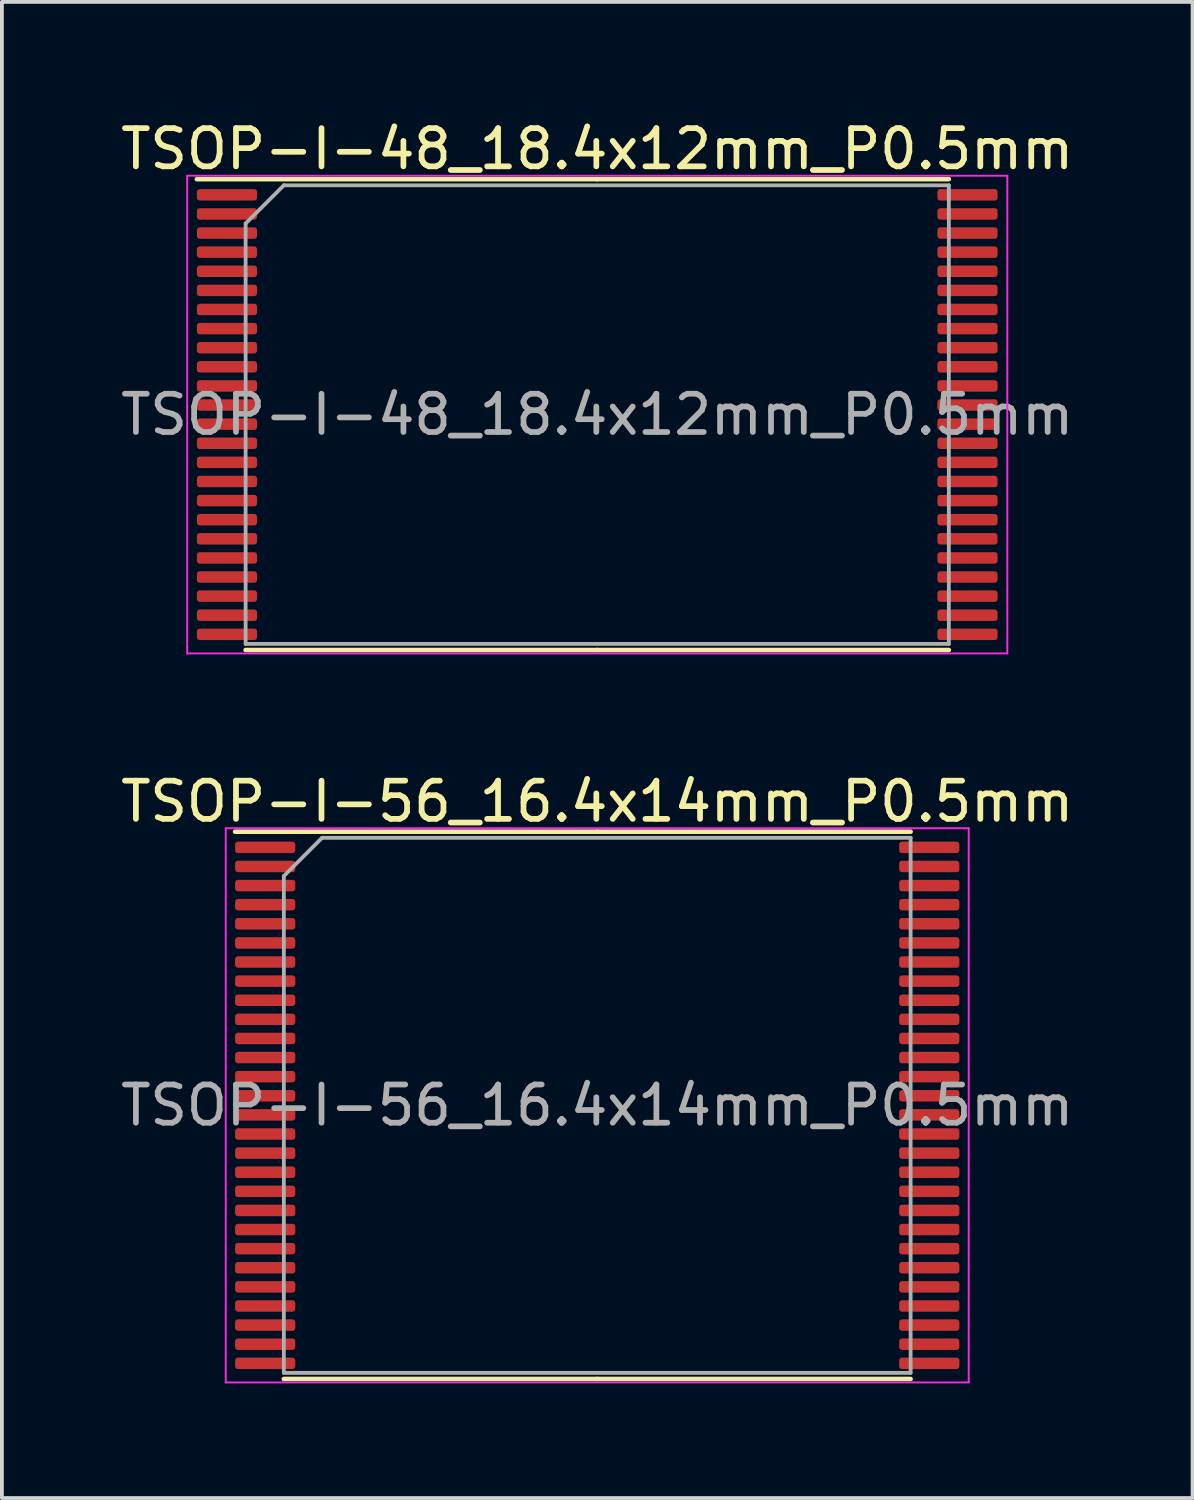
<source format=kicad_pcb>
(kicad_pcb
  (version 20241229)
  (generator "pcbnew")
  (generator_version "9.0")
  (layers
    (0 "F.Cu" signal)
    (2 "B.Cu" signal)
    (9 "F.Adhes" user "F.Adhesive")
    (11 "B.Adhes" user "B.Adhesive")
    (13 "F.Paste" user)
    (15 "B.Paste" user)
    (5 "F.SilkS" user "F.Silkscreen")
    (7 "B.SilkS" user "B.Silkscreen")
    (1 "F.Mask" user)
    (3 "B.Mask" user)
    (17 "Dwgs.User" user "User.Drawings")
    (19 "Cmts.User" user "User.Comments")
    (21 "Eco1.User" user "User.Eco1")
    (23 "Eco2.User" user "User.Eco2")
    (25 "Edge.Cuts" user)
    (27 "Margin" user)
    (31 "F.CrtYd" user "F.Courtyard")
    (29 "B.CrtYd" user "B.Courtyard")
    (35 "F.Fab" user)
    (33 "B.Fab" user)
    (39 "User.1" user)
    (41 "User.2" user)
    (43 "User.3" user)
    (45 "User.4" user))
  (footprint "TSOP-I-56_16.4x14mm_P0.5mm"
    (layer "F.Cu")
    (at 12.577 25.872)
    (property "Reference" "TSOP-I-56_16.4x14mm_P0.5mm" (at 0 -7.95 0) (layer "F.SilkS") (effects (font (size 1 1) (thickness 0.15))))
    (attr smd)
    (fp_line (start 0 -7.16) (end -9.475 -7.16) (stroke (width 0.12) (type solid)) (layer "F.SilkS"))
    (fp_line (start 0 -7.16) (end 8.2 -7.16) (stroke (width 0.12) (type solid)) (layer "F.SilkS"))
    (fp_line (start 0 7.16) (end -8.2 7.16) (stroke (width 0.12) (type solid)) (layer "F.SilkS"))
    (fp_line (start 0 7.16) (end 8.2 7.16) (stroke (width 0.12) (type solid)) (layer "F.SilkS"))
    (fp_line (start -9.72 -7.25) (end -9.72 7.25) (stroke (width 0.05) (type solid)) (layer "F.CrtYd"))
    (fp_line (start -9.72 7.25) (end 9.72 7.25) (stroke (width 0.05) (type solid)) (layer "F.CrtYd"))
    (fp_line (start 9.72 -7.25) (end -9.72 -7.25) (stroke (width 0.05) (type solid)) (layer "F.CrtYd"))
    (fp_line (start 9.72 7.25) (end 9.72 -7.25) (stroke (width 0.05) (type solid)) (layer "F.CrtYd"))
    (fp_line (start -8.2 -6) (end -7.2 -7) (stroke (width 0.1) (type solid)) (layer "F.Fab"))
    (fp_line (start -8.2 7) (end -8.2 -6) (stroke (width 0.1) (type solid)) (layer "F.Fab"))
    (fp_line (start -7.2 -7) (end 8.2 -7) (stroke (width 0.1) (type solid)) (layer "F.Fab"))
    (fp_line (start 8.2 -7) (end 8.2 7) (stroke (width 0.1) (type solid)) (layer "F.Fab"))
    (fp_line (start 8.2 7) (end -8.2 7) (stroke (width 0.1) (type solid)) (layer "F.Fab"))
    (fp_text user "${REFERENCE}" (at 0 0 0) (layer "F.Fab") (effects (font (size 1 1) (thickness 0.15))))
    (pad "1" smd roundrect (at -8.688 -6.75) (size 1.575 0.3) (layers "F.Cu" "F.Mask" "F.Paste") (roundrect_rratio 0.25))
    (pad "2" smd roundrect (at -8.688 -6.25) (size 1.575 0.3) (layers "F.Cu" "F.Mask" "F.Paste") (roundrect_rratio 0.25))
    (pad "3" smd roundrect (at -8.688 -5.75) (size 1.575 0.3) (layers "F.Cu" "F.Mask" "F.Paste") (roundrect_rratio 0.25))
    (pad "4" smd roundrect (at -8.688 -5.25) (size 1.575 0.3) (layers "F.Cu" "F.Mask" "F.Paste") (roundrect_rratio 0.25))
    (pad "5" smd roundrect (at -8.688 -4.75) (size 1.575 0.3) (layers "F.Cu" "F.Mask" "F.Paste") (roundrect_rratio 0.25))
    (pad "6" smd roundrect (at -8.688 -4.25) (size 1.575 0.3) (layers "F.Cu" "F.Mask" "F.Paste") (roundrect_rratio 0.25))
    (pad "7" smd roundrect (at -8.688 -3.75) (size 1.575 0.3) (layers "F.Cu" "F.Mask" "F.Paste") (roundrect_rratio 0.25))
    (pad "8" smd roundrect (at -8.688 -3.25) (size 1.575 0.3) (layers "F.Cu" "F.Mask" "F.Paste") (roundrect_rratio 0.25))
    (pad "9" smd roundrect (at -8.688 -2.75) (size 1.575 0.3) (layers "F.Cu" "F.Mask" "F.Paste") (roundrect_rratio 0.25))
    (pad "10" smd roundrect (at -8.688 -2.25) (size 1.575 0.3) (layers "F.Cu" "F.Mask" "F.Paste") (roundrect_rratio 0.25))
    (pad "11" smd roundrect (at -8.688 -1.75) (size 1.575 0.3) (layers "F.Cu" "F.Mask" "F.Paste") (roundrect_rratio 0.25))
    (pad "12" smd roundrect (at -8.688 -1.25) (size 1.575 0.3) (layers "F.Cu" "F.Mask" "F.Paste") (roundrect_rratio 0.25))
    (pad "13" smd roundrect (at -8.688 -0.75) (size 1.575 0.3) (layers "F.Cu" "F.Mask" "F.Paste") (roundrect_rratio 0.25))
    (pad "14" smd roundrect (at -8.688 -0.25) (size 1.575 0.3) (layers "F.Cu" "F.Mask" "F.Paste") (roundrect_rratio 0.25))
    (pad "15" smd roundrect (at -8.688 0.25) (size 1.575 0.3) (layers "F.Cu" "F.Mask" "F.Paste") (roundrect_rratio 0.25))
    (pad "16" smd roundrect (at -8.688 0.75) (size 1.575 0.3) (layers "F.Cu" "F.Mask" "F.Paste") (roundrect_rratio 0.25))
    (pad "17" smd roundrect (at -8.688 1.25) (size 1.575 0.3) (layers "F.Cu" "F.Mask" "F.Paste") (roundrect_rratio 0.25))
    (pad "18" smd roundrect (at -8.688 1.75) (size 1.575 0.3) (layers "F.Cu" "F.Mask" "F.Paste") (roundrect_rratio 0.25))
    (pad "19" smd roundrect (at -8.688 2.25) (size 1.575 0.3) (layers "F.Cu" "F.Mask" "F.Paste") (roundrect_rratio 0.25))
    (pad "20" smd roundrect (at -8.688 2.75) (size 1.575 0.3) (layers "F.Cu" "F.Mask" "F.Paste") (roundrect_rratio 0.25))
    (pad "21" smd roundrect (at -8.688 3.25) (size 1.575 0.3) (layers "F.Cu" "F.Mask" "F.Paste") (roundrect_rratio 0.25))
    (pad "22" smd roundrect (at -8.688 3.75) (size 1.575 0.3) (layers "F.Cu" "F.Mask" "F.Paste") (roundrect_rratio 0.25))
    (pad "23" smd roundrect (at -8.688 4.25) (size 1.575 0.3) (layers "F.Cu" "F.Mask" "F.Paste") (roundrect_rratio 0.25))
    (pad "24" smd roundrect (at -8.688 4.75) (size 1.575 0.3) (layers "F.Cu" "F.Mask" "F.Paste") (roundrect_rratio 0.25))
    (pad "25" smd roundrect (at -8.688 5.25) (size 1.575 0.3) (layers "F.Cu" "F.Mask" "F.Paste") (roundrect_rratio 0.25))
    (pad "26" smd roundrect (at -8.688 5.75) (size 1.575 0.3) (layers "F.Cu" "F.Mask" "F.Paste") (roundrect_rratio 0.25))
    (pad "27" smd roundrect (at -8.688 6.25) (size 1.575 0.3) (layers "F.Cu" "F.Mask" "F.Paste") (roundrect_rratio 0.25))
    (pad "28" smd roundrect (at -8.688 6.75) (size 1.575 0.3) (layers "F.Cu" "F.Mask" "F.Paste") (roundrect_rratio 0.25))
    (pad "29" smd roundrect (at 8.688 6.75) (size 1.575 0.3) (layers "F.Cu" "F.Mask" "F.Paste") (roundrect_rratio 0.25))
    (pad "30" smd roundrect (at 8.688 6.25) (size 1.575 0.3) (layers "F.Cu" "F.Mask" "F.Paste") (roundrect_rratio 0.25))
    (pad "31" smd roundrect (at 8.688 5.75) (size 1.575 0.3) (layers "F.Cu" "F.Mask" "F.Paste") (roundrect_rratio 0.25))
    (pad "32" smd roundrect (at 8.688 5.25) (size 1.575 0.3) (layers "F.Cu" "F.Mask" "F.Paste") (roundrect_rratio 0.25))
    (pad "33" smd roundrect (at 8.688 4.75) (size 1.575 0.3) (layers "F.Cu" "F.Mask" "F.Paste") (roundrect_rratio 0.25))
    (pad "34" smd roundrect (at 8.688 4.25) (size 1.575 0.3) (layers "F.Cu" "F.Mask" "F.Paste") (roundrect_rratio 0.25))
    (pad "35" smd roundrect (at 8.688 3.75) (size 1.575 0.3) (layers "F.Cu" "F.Mask" "F.Paste") (roundrect_rratio 0.25))
    (pad "36" smd roundrect (at 8.688 3.25) (size 1.575 0.3) (layers "F.Cu" "F.Mask" "F.Paste") (roundrect_rratio 0.25))
    (pad "37" smd roundrect (at 8.688 2.75) (size 1.575 0.3) (layers "F.Cu" "F.Mask" "F.Paste") (roundrect_rratio 0.25))
    (pad "38" smd roundrect (at 8.688 2.25) (size 1.575 0.3) (layers "F.Cu" "F.Mask" "F.Paste") (roundrect_rratio 0.25))
    (pad "39" smd roundrect (at 8.688 1.75) (size 1.575 0.3) (layers "F.Cu" "F.Mask" "F.Paste") (roundrect_rratio 0.25))
    (pad "40" smd roundrect (at 8.688 1.25) (size 1.575 0.3) (layers "F.Cu" "F.Mask" "F.Paste") (roundrect_rratio 0.25))
    (pad "41" smd roundrect (at 8.688 0.75) (size 1.575 0.3) (layers "F.Cu" "F.Mask" "F.Paste") (roundrect_rratio 0.25))
    (pad "42" smd roundrect (at 8.688 0.25) (size 1.575 0.3) (layers "F.Cu" "F.Mask" "F.Paste") (roundrect_rratio 0.25))
    (pad "43" smd roundrect (at 8.688 -0.25) (size 1.575 0.3) (layers "F.Cu" "F.Mask" "F.Paste") (roundrect_rratio 0.25))
    (pad "44" smd roundrect (at 8.688 -0.75) (size 1.575 0.3) (layers "F.Cu" "F.Mask" "F.Paste") (roundrect_rratio 0.25))
    (pad "45" smd roundrect (at 8.688 -1.25) (size 1.575 0.3) (layers "F.Cu" "F.Mask" "F.Paste") (roundrect_rratio 0.25))
    (pad "46" smd roundrect (at 8.688 -1.75) (size 1.575 0.3) (layers "F.Cu" "F.Mask" "F.Paste") (roundrect_rratio 0.25))
    (pad "47" smd roundrect (at 8.688 -2.25) (size 1.575 0.3) (layers "F.Cu" "F.Mask" "F.Paste") (roundrect_rratio 0.25))
    (pad "48" smd roundrect (at 8.688 -2.75) (size 1.575 0.3) (layers "F.Cu" "F.Mask" "F.Paste") (roundrect_rratio 0.25))
    (pad "49" smd roundrect (at 8.688 -3.25) (size 1.575 0.3) (layers "F.Cu" "F.Mask" "F.Paste") (roundrect_rratio 0.25))
    (pad "50" smd roundrect (at 8.688 -3.75) (size 1.575 0.3) (layers "F.Cu" "F.Mask" "F.Paste") (roundrect_rratio 0.25))
    (pad "51" smd roundrect (at 8.688 -4.25) (size 1.575 0.3) (layers "F.Cu" "F.Mask" "F.Paste") (roundrect_rratio 0.25))
    (pad "52" smd roundrect (at 8.688 -4.75) (size 1.575 0.3) (layers "F.Cu" "F.Mask" "F.Paste") (roundrect_rratio 0.25))
    (pad "53" smd roundrect (at 8.688 -5.25) (size 1.575 0.3) (layers "F.Cu" "F.Mask" "F.Paste") (roundrect_rratio 0.25))
    (pad "54" smd roundrect (at 8.688 -5.75) (size 1.575 0.3) (layers "F.Cu" "F.Mask" "F.Paste") (roundrect_rratio 0.25))
    (pad "55" smd roundrect (at 8.688 -6.25) (size 1.575 0.3) (layers "F.Cu" "F.Mask" "F.Paste") (roundrect_rratio 0.25))
    (pad "56" smd roundrect (at 8.688 -6.75) (size 1.575 0.3) (layers "F.Cu" "F.Mask" "F.Paste") (roundrect_rratio 0.25)))
  (footprint "TSOP-I-48_18.4x12mm_P0.5mm"
    (layer "F.Cu")
    (at 12.577 7.798)
    (property "Reference" "TSOP-I-48_18.4x12mm_P0.5mm" (at 0 -6.95 0) (layer "F.SilkS") (effects (font (size 1 1) (thickness 0.15))))
    (attr smd)
    (fp_line (start 0 -6.16) (end -10.475 -6.16) (stroke (width 0.12) (type solid)) (layer "F.SilkS"))
    (fp_line (start 0 -6.16) (end 9.2 -6.16) (stroke (width 0.12) (type solid)) (layer "F.SilkS"))
    (fp_line (start 0 6.16) (end -9.2 6.16) (stroke (width 0.12) (type solid)) (layer "F.SilkS"))
    (fp_line (start 0 6.16) (end 9.2 6.16) (stroke (width 0.12) (type solid)) (layer "F.SilkS"))
    (fp_line (start -10.73 -6.25) (end -10.73 6.25) (stroke (width 0.05) (type solid)) (layer "F.CrtYd"))
    (fp_line (start -10.73 6.25) (end 10.73 6.25) (stroke (width 0.05) (type solid)) (layer "F.CrtYd"))
    (fp_line (start 10.73 -6.25) (end -10.73 -6.25) (stroke (width 0.05) (type solid)) (layer "F.CrtYd"))
    (fp_line (start 10.73 6.25) (end 10.73 -6.25) (stroke (width 0.05) (type solid)) (layer "F.CrtYd"))
    (fp_line (start -9.2 -5) (end -8.2 -6) (stroke (width 0.1) (type solid)) (layer "F.Fab"))
    (fp_line (start -9.2 6) (end -9.2 -5) (stroke (width 0.1) (type solid)) (layer "F.Fab"))
    (fp_line (start -8.2 -6) (end 9.2 -6) (stroke (width 0.1) (type solid)) (layer "F.Fab"))
    (fp_line (start 9.2 -6) (end 9.2 6) (stroke (width 0.1) (type solid)) (layer "F.Fab"))
    (fp_line (start 9.2 6) (end -9.2 6) (stroke (width 0.1) (type solid)) (layer "F.Fab"))
    (fp_text user "${REFERENCE}" (at 0 0 0) (layer "F.Fab") (effects (font (size 1 1) (thickness 0.15))))
    (pad "1" smd roundrect (at -9.688 -5.75) (size 1.575 0.3) (layers "F.Cu" "F.Mask" "F.Paste") (roundrect_rratio 0.25))
    (pad "2" smd roundrect (at -9.688 -5.25) (size 1.575 0.3) (layers "F.Cu" "F.Mask" "F.Paste") (roundrect_rratio 0.25))
    (pad "3" smd roundrect (at -9.688 -4.75) (size 1.575 0.3) (layers "F.Cu" "F.Mask" "F.Paste") (roundrect_rratio 0.25))
    (pad "4" smd roundrect (at -9.688 -4.25) (size 1.575 0.3) (layers "F.Cu" "F.Mask" "F.Paste") (roundrect_rratio 0.25))
    (pad "5" smd roundrect (at -9.688 -3.75) (size 1.575 0.3) (layers "F.Cu" "F.Mask" "F.Paste") (roundrect_rratio 0.25))
    (pad "6" smd roundrect (at -9.688 -3.25) (size 1.575 0.3) (layers "F.Cu" "F.Mask" "F.Paste") (roundrect_rratio 0.25))
    (pad "7" smd roundrect (at -9.688 -2.75) (size 1.575 0.3) (layers "F.Cu" "F.Mask" "F.Paste") (roundrect_rratio 0.25))
    (pad "8" smd roundrect (at -9.688 -2.25) (size 1.575 0.3) (layers "F.Cu" "F.Mask" "F.Paste") (roundrect_rratio 0.25))
    (pad "9" smd roundrect (at -9.688 -1.75) (size 1.575 0.3) (layers "F.Cu" "F.Mask" "F.Paste") (roundrect_rratio 0.25))
    (pad "10" smd roundrect (at -9.688 -1.25) (size 1.575 0.3) (layers "F.Cu" "F.Mask" "F.Paste") (roundrect_rratio 0.25))
    (pad "11" smd roundrect (at -9.688 -0.75) (size 1.575 0.3) (layers "F.Cu" "F.Mask" "F.Paste") (roundrect_rratio 0.25))
    (pad "12" smd roundrect (at -9.688 -0.25) (size 1.575 0.3) (layers "F.Cu" "F.Mask" "F.Paste") (roundrect_rratio 0.25))
    (pad "13" smd roundrect (at -9.688 0.25) (size 1.575 0.3) (layers "F.Cu" "F.Mask" "F.Paste") (roundrect_rratio 0.25))
    (pad "14" smd roundrect (at -9.688 0.75) (size 1.575 0.3) (layers "F.Cu" "F.Mask" "F.Paste") (roundrect_rratio 0.25))
    (pad "15" smd roundrect (at -9.688 1.25) (size 1.575 0.3) (layers "F.Cu" "F.Mask" "F.Paste") (roundrect_rratio 0.25))
    (pad "16" smd roundrect (at -9.688 1.75) (size 1.575 0.3) (layers "F.Cu" "F.Mask" "F.Paste") (roundrect_rratio 0.25))
    (pad "17" smd roundrect (at -9.688 2.25) (size 1.575 0.3) (layers "F.Cu" "F.Mask" "F.Paste") (roundrect_rratio 0.25))
    (pad "18" smd roundrect (at -9.688 2.75) (size 1.575 0.3) (layers "F.Cu" "F.Mask" "F.Paste") (roundrect_rratio 0.25))
    (pad "19" smd roundrect (at -9.688 3.25) (size 1.575 0.3) (layers "F.Cu" "F.Mask" "F.Paste") (roundrect_rratio 0.25))
    (pad "20" smd roundrect (at -9.688 3.75) (size 1.575 0.3) (layers "F.Cu" "F.Mask" "F.Paste") (roundrect_rratio 0.25))
    (pad "21" smd roundrect (at -9.688 4.25) (size 1.575 0.3) (layers "F.Cu" "F.Mask" "F.Paste") (roundrect_rratio 0.25))
    (pad "22" smd roundrect (at -9.688 4.75) (size 1.575 0.3) (layers "F.Cu" "F.Mask" "F.Paste") (roundrect_rratio 0.25))
    (pad "23" smd roundrect (at -9.688 5.25) (size 1.575 0.3) (layers "F.Cu" "F.Mask" "F.Paste") (roundrect_rratio 0.25))
    (pad "24" smd roundrect (at -9.688 5.75) (size 1.575 0.3) (layers "F.Cu" "F.Mask" "F.Paste") (roundrect_rratio 0.25))
    (pad "25" smd roundrect (at 9.688 5.75) (size 1.575 0.3) (layers "F.Cu" "F.Mask" "F.Paste") (roundrect_rratio 0.25))
    (pad "26" smd roundrect (at 9.688 5.25) (size 1.575 0.3) (layers "F.Cu" "F.Mask" "F.Paste") (roundrect_rratio 0.25))
    (pad "27" smd roundrect (at 9.688 4.75) (size 1.575 0.3) (layers "F.Cu" "F.Mask" "F.Paste") (roundrect_rratio 0.25))
    (pad "28" smd roundrect (at 9.688 4.25) (size 1.575 0.3) (layers "F.Cu" "F.Mask" "F.Paste") (roundrect_rratio 0.25))
    (pad "29" smd roundrect (at 9.688 3.75) (size 1.575 0.3) (layers "F.Cu" "F.Mask" "F.Paste") (roundrect_rratio 0.25))
    (pad "30" smd roundrect (at 9.688 3.25) (size 1.575 0.3) (layers "F.Cu" "F.Mask" "F.Paste") (roundrect_rratio 0.25))
    (pad "31" smd roundrect (at 9.688 2.75) (size 1.575 0.3) (layers "F.Cu" "F.Mask" "F.Paste") (roundrect_rratio 0.25))
    (pad "32" smd roundrect (at 9.688 2.25) (size 1.575 0.3) (layers "F.Cu" "F.Mask" "F.Paste") (roundrect_rratio 0.25))
    (pad "33" smd roundrect (at 9.688 1.75) (size 1.575 0.3) (layers "F.Cu" "F.Mask" "F.Paste") (roundrect_rratio 0.25))
    (pad "34" smd roundrect (at 9.688 1.25) (size 1.575 0.3) (layers "F.Cu" "F.Mask" "F.Paste") (roundrect_rratio 0.25))
    (pad "35" smd roundrect (at 9.688 0.75) (size 1.575 0.3) (layers "F.Cu" "F.Mask" "F.Paste") (roundrect_rratio 0.25))
    (pad "36" smd roundrect (at 9.688 0.25) (size 1.575 0.3) (layers "F.Cu" "F.Mask" "F.Paste") (roundrect_rratio 0.25))
    (pad "37" smd roundrect (at 9.688 -0.25) (size 1.575 0.3) (layers "F.Cu" "F.Mask" "F.Paste") (roundrect_rratio 0.25))
    (pad "38" smd roundrect (at 9.688 -0.75) (size 1.575 0.3) (layers "F.Cu" "F.Mask" "F.Paste") (roundrect_rratio 0.25))
    (pad "39" smd roundrect (at 9.688 -1.25) (size 1.575 0.3) (layers "F.Cu" "F.Mask" "F.Paste") (roundrect_rratio 0.25))
    (pad "40" smd roundrect (at 9.688 -1.75) (size 1.575 0.3) (layers "F.Cu" "F.Mask" "F.Paste") (roundrect_rratio 0.25))
    (pad "41" smd roundrect (at 9.688 -2.25) (size 1.575 0.3) (layers "F.Cu" "F.Mask" "F.Paste") (roundrect_rratio 0.25))
    (pad "42" smd roundrect (at 9.688 -2.75) (size 1.575 0.3) (layers "F.Cu" "F.Mask" "F.Paste") (roundrect_rratio 0.25))
    (pad "43" smd roundrect (at 9.688 -3.25) (size 1.575 0.3) (layers "F.Cu" "F.Mask" "F.Paste") (roundrect_rratio 0.25))
    (pad "44" smd roundrect (at 9.688 -3.75) (size 1.575 0.3) (layers "F.Cu" "F.Mask" "F.Paste") (roundrect_rratio 0.25))
    (pad "45" smd roundrect (at 9.688 -4.25) (size 1.575 0.3) (layers "F.Cu" "F.Mask" "F.Paste") (roundrect_rratio 0.25))
    (pad "46" smd roundrect (at 9.688 -4.75) (size 1.575 0.3) (layers "F.Cu" "F.Mask" "F.Paste") (roundrect_rratio 0.25))
    (pad "47" smd roundrect (at 9.688 -5.25) (size 1.575 0.3) (layers "F.Cu" "F.Mask" "F.Paste") (roundrect_rratio 0.25))
    (pad "48" smd roundrect (at 9.688 -5.75) (size 1.575 0.3) (layers "F.Cu" "F.Mask" "F.Paste") (roundrect_rratio 0.25)))
  (gr_rect
    (start -3 -3)
    (end 28.155 36.147)
    (stroke (width 0.1) (type default))
    (fill no)
    (layer "Edge.Cuts")))
</source>
